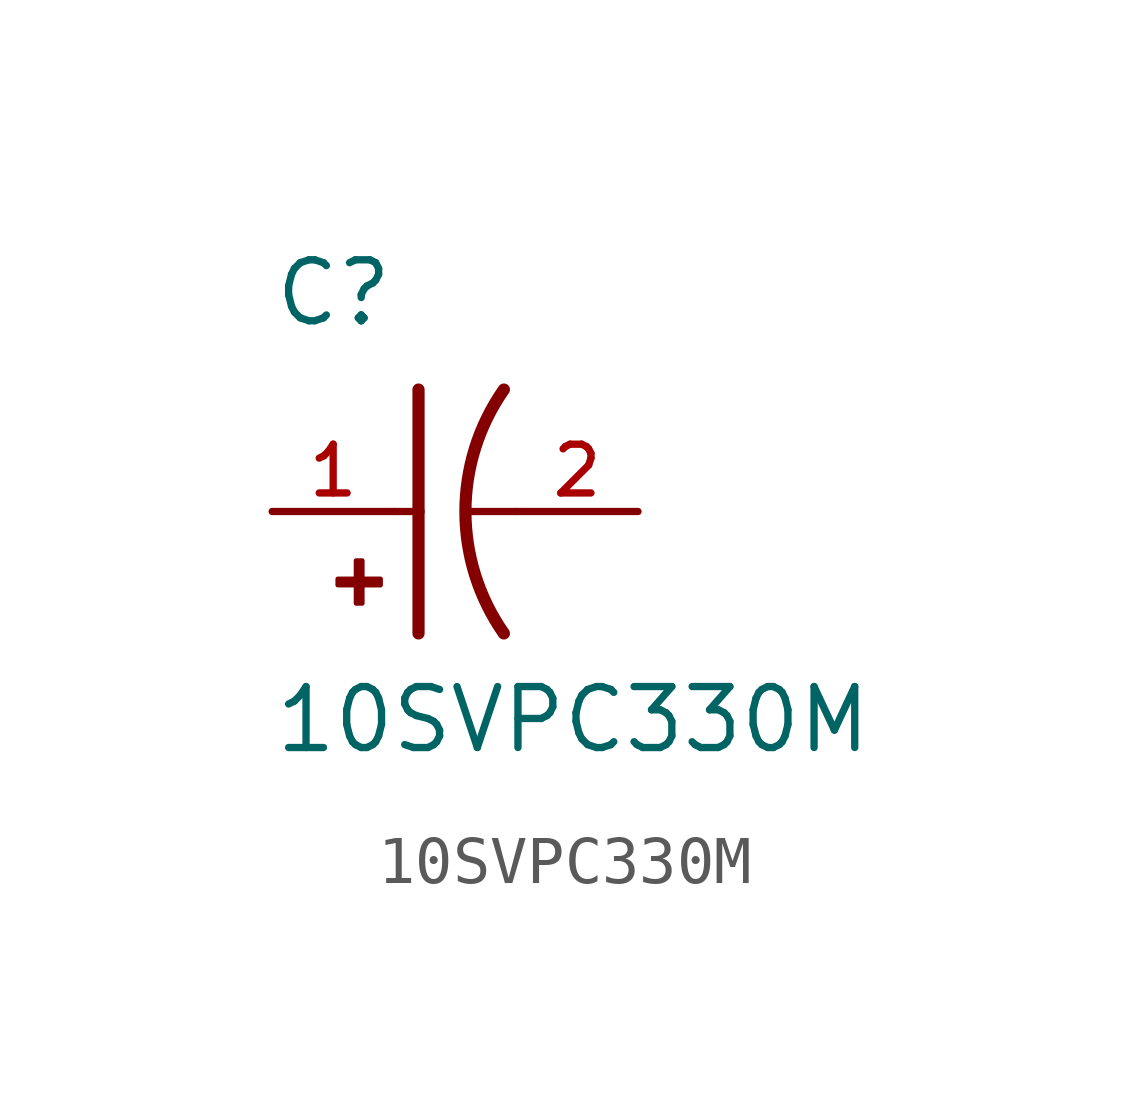
<source format=kicad_sym>
(kicad_symbol_lib
  (version 20211014)
  (generator kicad_symbol_editor)
  (symbol "10SVPC330M"
    (pin_names
      (offset 1.016))
    (property "Reference" "C"
      (at -2.54 3.81 0)
      (effects (font (size 1.27 1.27)) (justify bottom left)))
    (property "Value" "10SVPC330M"
      (at -2.54 -5.08 0)
      (effects (font (size 1.27 1.27)) (justify bottom left)))
    (symbol "10SVPC330M_0_0"
      (arc (start 2.286 -2.54) (mid 1.4851 -0.0) (end 2.286 2.54) (stroke (width 0.254) (type default) (color 0 0 0 0)) (fill (type none)))
      (polyline (pts (xy 0.508 2.54) (xy 0.508 0.0)) (stroke (width 0.254)))
      (rectangle (start -1.173 -1.532) (end -0.284 -1.405) (stroke (width 0.1)) (fill (type outline)))
      (rectangle (start -0.792 -1.913) (end -0.665 -1.024) (stroke (width 0.1)) (fill (type outline)))
      (polyline (pts (xy 0.508 0.0) (xy 0.508 -2.54)) (stroke (width 0.254)))
      (polyline (pts (xy 0.0 0.0) (xy 0.508 0.0)) (stroke (width 0.152)))
      (polyline (pts (xy 2.54 0.0) (xy 1.524 0.0)) (stroke (width 0.152)))
      (pin passive line (at -2.54 0.0 0) (length 2.54) (name "~" (effects (font (size 1.016 1.016)))) (number "1" (effects (font (size 1.016 1.016)))))
      (pin passive line (at 5.08 0.0 180.0) (length 2.54) (name "~" (effects (font (size 1.016 1.016)))) (number "2" (effects (font (size 1.016 1.016))))))))
</source>
